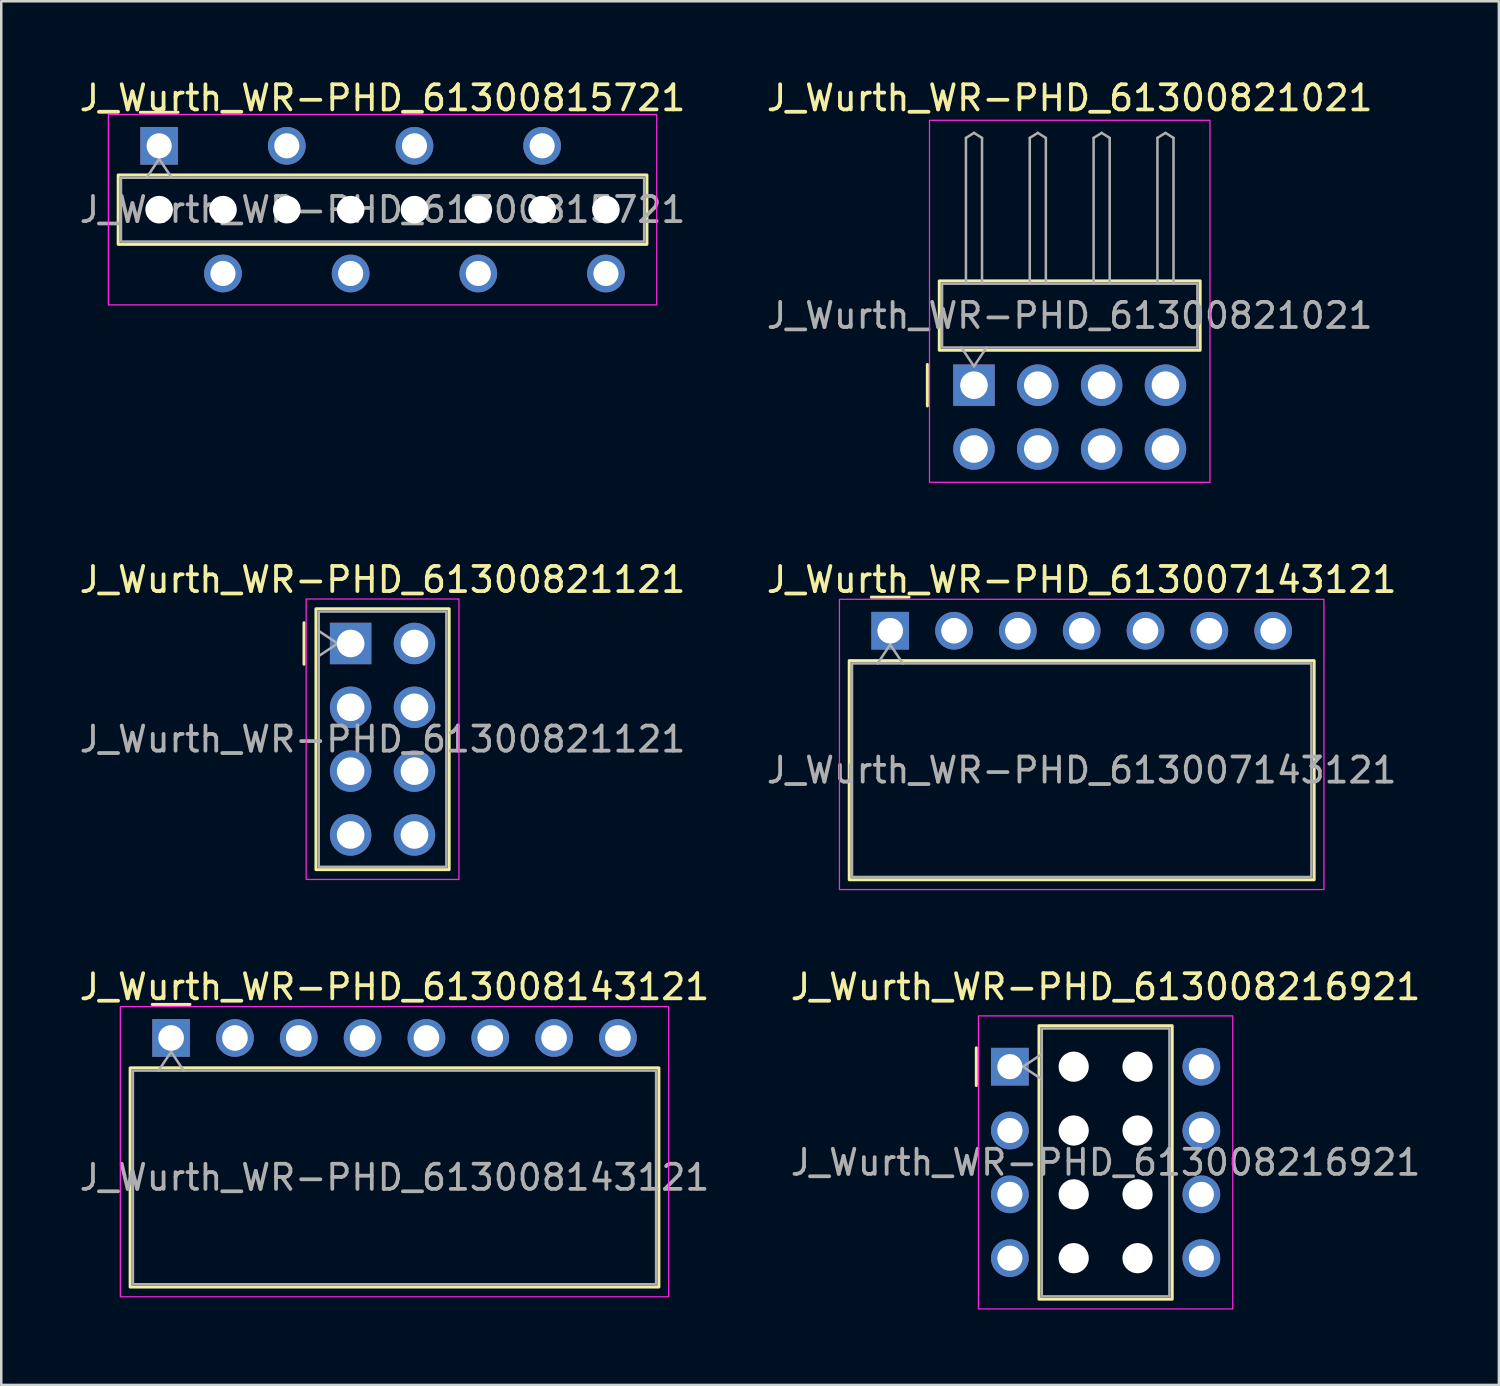
<source format=kicad_pcb>
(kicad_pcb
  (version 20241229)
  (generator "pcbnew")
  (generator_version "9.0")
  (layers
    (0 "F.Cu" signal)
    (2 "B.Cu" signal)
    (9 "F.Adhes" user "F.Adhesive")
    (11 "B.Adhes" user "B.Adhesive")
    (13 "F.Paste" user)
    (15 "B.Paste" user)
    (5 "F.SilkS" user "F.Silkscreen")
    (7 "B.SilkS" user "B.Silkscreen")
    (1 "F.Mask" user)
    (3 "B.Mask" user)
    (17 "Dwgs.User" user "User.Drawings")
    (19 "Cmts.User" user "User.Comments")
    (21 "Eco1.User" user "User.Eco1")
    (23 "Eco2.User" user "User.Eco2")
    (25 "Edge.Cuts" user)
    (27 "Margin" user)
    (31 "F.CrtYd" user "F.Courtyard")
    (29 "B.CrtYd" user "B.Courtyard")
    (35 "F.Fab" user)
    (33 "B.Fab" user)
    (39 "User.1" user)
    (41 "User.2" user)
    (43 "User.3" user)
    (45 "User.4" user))
  (footprint "J_Wurth_WR-PHD_61300815721"
    (layer "F.Cu")
    (at 3.283 2.753)
    (property "Reference" "J_Wurth_WR-PHD_61300815721" (at 8.89 -1.905 0) (unlocked yes) (layer "F.SilkS") (effects (font (size 1 1) (thickness 0.15))))
    (attr through_hole)
    (fp_line (start -0.75 -1.335) (end 0.75 -1.335) (stroke (width 0.12) (type solid)) (layer "F.SilkS"))
    (fp_rect (start -1.63 1.16) (end 19.41 3.92) (stroke (width 0.12) (type solid)) (fill no) (layer "F.SilkS"))
    (fp_rect (start -2.02 -1.25) (end 19.8 6.33) (stroke (width 0.05) (type solid)) (fill no) (layer "F.CrtYd"))
    (fp_line (start -0.5 1.27) (end 0 0.52) (stroke (width 0.1) (type solid)) (layer "F.Fab"))
    (fp_line (start 0 0.52) (end 0.5 1.27) (stroke (width 0.1) (type solid)) (layer "F.Fab"))
    (fp_rect (start -1.52 1.27) (end 19.3 3.81) (stroke (width 0.1) (type solid)) (fill no) (layer "F.Fab"))
    (fp_text user "${REFERENCE}" (at 8.89 2.54 0) (unlocked yes) (layer "F.Fab") (effects (font (size 1 1) (thickness 0.15))))
    (pad "" np_thru_hole circle (at 0 2.54) (size 1.1 1.1) (drill 1.1) (layers "*.Cu" "*.Mask"))
    (pad "" np_thru_hole circle (at 2.54 2.54) (size 1.1 1.1) (drill 1.1) (layers "*.Cu" "*.Mask"))
    (pad "" np_thru_hole circle (at 5.08 2.54) (size 1.1 1.1) (drill 1.1) (layers "*.Cu" "*.Mask"))
    (pad "" np_thru_hole circle (at 7.62 2.54) (size 1.1 1.1) (drill 1.1) (layers "*.Cu" "*.Mask"))
    (pad "" np_thru_hole circle (at 10.16 2.54) (size 1.1 1.1) (drill 1.1) (layers "*.Cu" "*.Mask"))
    (pad "" np_thru_hole circle (at 12.7 2.54) (size 1.1 1.1) (drill 1.1) (layers "*.Cu" "*.Mask"))
    (pad "" np_thru_hole circle (at 15.24 2.54) (size 1.1 1.1) (drill 1.1) (layers "*.Cu" "*.Mask"))
    (pad "" np_thru_hole circle (at 17.78 2.54) (size 1.1 1.1) (drill 1.1) (layers "*.Cu" "*.Mask"))
    (pad "1" thru_hole rect (at 0 0) (size 1.5 1.5) (drill 1) (layers "*.Cu" "*.Mask"))
    (pad "2" thru_hole circle (at 2.54 5.08) (size 1.5 1.5) (drill 1) (layers "*.Cu" "*.Mask"))
    (pad "3" thru_hole circle (at 5.08 0) (size 1.5 1.5) (drill 1) (layers "*.Cu" "*.Mask"))
    (pad "4" thru_hole circle (at 7.62 5.08) (size 1.5 1.5) (drill 1) (layers "*.Cu" "*.Mask"))
    (pad "5" thru_hole circle (at 10.16 0) (size 1.5 1.5) (drill 1) (layers "*.Cu" "*.Mask"))
    (pad "6" thru_hole circle (at 12.7 5.08) (size 1.5 1.5) (drill 1) (layers "*.Cu" "*.Mask"))
    (pad "7" thru_hole circle (at 15.24 0) (size 1.5 1.5) (drill 1) (layers "*.Cu" "*.Mask"))
    (pad "8" thru_hole circle (at 17.78 5.08) (size 1.5 1.5) (drill 1) (layers "*.Cu" "*.Mask")))
  (footprint "J_Wurth_WR-PHD_613007143121"
    (layer "F.Cu")
    (at 32.374 22.049)
    (property "Reference" "J_Wurth_WR-PHD_613007143121" (at 7.62 -2.032 0) (unlocked yes) (layer "F.SilkS") (effects (font (size 1 1) (thickness 0.15))))
    (attr through_hole)
    (fp_line (start -0.75 -1.335) (end 0.75 -1.335) (stroke (width 0.12) (type solid)) (layer "F.SilkS"))
    (fp_rect (start -1.63 1.19) (end 16.87 9.91) (stroke (width 0.12) (type solid)) (fill no) (layer "F.SilkS"))
    (fp_rect (start -2.02 -1.25) (end 17.26 10.3) (stroke (width 0.05) (type solid)) (fill no) (layer "F.CrtYd"))
    (fp_line (start 0 0.55) (end -0.5 1.3) (stroke (width 0.1) (type solid)) (layer "F.Fab"))
    (fp_line (start 0 0.55) (end 0.5 1.3) (stroke (width 0.1) (type solid)) (layer "F.Fab"))
    (fp_rect (start -1.52 1.3) (end 16.76 9.8) (stroke (width 0.1) (type solid)) (fill no) (layer "F.Fab"))
    (fp_text user "${REFERENCE}" (at 7.62 5.55 0) (unlocked yes) (layer "F.Fab") (effects (font (size 1 1) (thickness 0.15))))
    (pad "1" thru_hole rect (at 0 0) (size 1.5 1.5) (drill 1.02) (layers "*.Cu" "*.Mask"))
    (pad "2" thru_hole circle (at 2.54 0) (size 1.5 1.5) (drill 1.02) (layers "*.Cu" "*.Mask"))
    (pad "3" thru_hole circle (at 5.08 0) (size 1.5 1.5) (drill 1.02) (layers "*.Cu" "*.Mask"))
    (pad "4" thru_hole circle (at 7.62 0) (size 1.5 1.5) (drill 1.02) (layers "*.Cu" "*.Mask"))
    (pad "5" thru_hole circle (at 10.16 0) (size 1.5 1.5) (drill 1.02) (layers "*.Cu" "*.Mask"))
    (pad "6" thru_hole circle (at 12.7 0) (size 1.5 1.5) (drill 1.02) (layers "*.Cu" "*.Mask"))
    (pad "7" thru_hole circle (at 15.24 0) (size 1.5 1.5) (drill 1.02) (layers "*.Cu" "*.Mask")))
  (footprint "J_Wurth_WR-PHD_61300821021"
    (layer "F.Cu")
    (at 35.708 12.278)
    (property "Reference" "J_Wurth_WR-PHD_61300821021" (at 3.81 -11.43 0) (unlocked yes) (layer "F.SilkS") (effects (font (size 1 1) (thickness 0.15))))
    (attr through_hole)
    (fp_line (start -1.855 -0.825) (end -1.855 0.825) (stroke (width 0.12) (type solid)) (layer "F.SilkS"))
    (fp_rect (start -1.38 -4.15) (end 9 -1.39) (stroke (width 0.12) (type solid)) (fill no) (layer "F.SilkS"))
    (fp_rect (start -1.77 -10.54) (end 9.39 3.865) (stroke (width 0.05) (type solid)) (fill no) (layer "F.CrtYd"))
    (fp_line (start -0.32 -9.84) (end -0.32 -4.04) (stroke (width 0.1) (type solid)) (layer "F.Fab"))
    (fp_line (start 0 -10.04) (end -0.32 -9.84) (stroke (width 0.1) (type solid)) (layer "F.Fab"))
    (fp_line (start 0 -0.75) (end -0.5 -1.5) (stroke (width 0.1) (type solid)) (layer "F.Fab"))
    (fp_line (start 0 -0.75) (end 0.5 -1.5) (stroke (width 0.1) (type solid)) (layer "F.Fab"))
    (fp_line (start 0.32 -9.84) (end 0 -10.04) (stroke (width 0.1) (type default)) (layer "F.Fab"))
    (fp_line (start 0.32 -4.04) (end 0.32 -9.84) (stroke (width 0.1) (type solid)) (layer "F.Fab"))
    (fp_line (start 2.22 -9.84) (end 2.22 -4.04) (stroke (width 0.1) (type solid)) (layer "F.Fab"))
    (fp_line (start 2.54 -10.04) (end 2.22 -9.84) (stroke (width 0.1) (type solid)) (layer "F.Fab"))
    (fp_line (start 2.86 -9.84) (end 2.54 -10.04) (stroke (width 0.1) (type default)) (layer "F.Fab"))
    (fp_line (start 2.86 -4.04) (end 2.86 -9.84) (stroke (width 0.1) (type solid)) (layer "F.Fab"))
    (fp_line (start 4.76 -9.84) (end 4.76 -4.04) (stroke (width 0.1) (type solid)) (layer "F.Fab"))
    (fp_line (start 5.08 -10.04) (end 4.76 -9.84) (stroke (width 0.1) (type solid)) (layer "F.Fab"))
    (fp_line (start 5.4 -9.84) (end 5.08 -10.04) (stroke (width 0.1) (type default)) (layer "F.Fab"))
    (fp_line (start 5.4 -4.04) (end 5.4 -9.84) (stroke (width 0.1) (type solid)) (layer "F.Fab"))
    (fp_line (start 7.3 -9.84) (end 7.3 -4.04) (stroke (width 0.1) (type solid)) (layer "F.Fab"))
    (fp_line (start 7.62 -10.04) (end 7.3 -9.84) (stroke (width 0.1) (type solid)) (layer "F.Fab"))
    (fp_line (start 7.94 -9.84) (end 7.62 -10.04) (stroke (width 0.1) (type default)) (layer "F.Fab"))
    (fp_line (start 7.94 -4.04) (end 7.94 -9.84) (stroke (width 0.1) (type solid)) (layer "F.Fab"))
    (fp_rect (start -1.27 -4.04) (end 8.89 -1.5) (stroke (width 0.1) (type solid)) (fill no) (layer "F.Fab"))
    (fp_text user "${REFERENCE}" (at 3.81 -2.77 0) (unlocked yes) (layer "F.Fab") (effects (font (size 1 1) (thickness 0.15))))
    (pad "1" thru_hole rect (at 0 0 180) (size 1.65 1.65) (drill 1.1) (layers "*.Cu" "*.Mask"))
    (pad "2" thru_hole circle (at 0 2.54 180) (size 1.65 1.65) (drill 1.1) (layers "*.Cu" "*.Mask"))
    (pad "3" thru_hole circle (at 2.54 0 180) (size 1.65 1.65) (drill 1.1) (layers "*.Cu" "*.Mask"))
    (pad "4" thru_hole circle (at 2.54 2.54 180) (size 1.65 1.65) (drill 1.1) (layers "*.Cu" "*.Mask"))
    (pad "5" thru_hole circle (at 5.08 0 180) (size 1.65 1.65) (drill 1.1) (layers "*.Cu" "*.Mask"))
    (pad "6" thru_hole circle (at 5.08 2.54 180) (size 1.65 1.65) (drill 1.1) (layers "*.Cu" "*.Mask"))
    (pad "7" thru_hole circle (at 7.62 0 180) (size 1.65 1.65) (drill 1.1) (layers "*.Cu" "*.Mask"))
    (pad "8" thru_hole circle (at 7.62 2.54 180) (size 1.65 1.65) (drill 1.1) (layers "*.Cu" "*.Mask")))
  (footprint "J_Wurth_WR-PHD_613008143121"
    (layer "F.Cu")
    (at 3.759 38.254)
    (property "Reference" "J_Wurth_WR-PHD_613008143121" (at 8.89 -2.032 0) (unlocked yes) (layer "F.SilkS") (effects (font (size 1 1) (thickness 0.15))))
    (attr through_hole)
    (fp_line (start -0.75 -1.335) (end 0.75 -1.335) (stroke (width 0.12) (type solid)) (layer "F.SilkS"))
    (fp_rect (start -1.63 1.19) (end 19.41 9.91) (stroke (width 0.12) (type solid)) (fill no) (layer "F.SilkS"))
    (fp_rect (start -2.02 -1.25) (end 19.8 10.3) (stroke (width 0.05) (type solid)) (fill no) (layer "F.CrtYd"))
    (fp_line (start 0 0.55) (end -0.5 1.3) (stroke (width 0.1) (type solid)) (layer "F.Fab"))
    (fp_line (start 0 0.55) (end 0.5 1.3) (stroke (width 0.1) (type solid)) (layer "F.Fab"))
    (fp_rect (start -1.52 1.3) (end 19.3 9.8) (stroke (width 0.1) (type solid)) (fill no) (layer "F.Fab"))
    (fp_text user "${REFERENCE}" (at 8.89 5.55 0) (unlocked yes) (layer "F.Fab") (effects (font (size 1 1) (thickness 0.15))))
    (pad "1" thru_hole rect (at 0 0) (size 1.5 1.5) (drill 1.02) (layers "*.Cu" "*.Mask"))
    (pad "2" thru_hole circle (at 2.54 0) (size 1.5 1.5) (drill 1.02) (layers "*.Cu" "*.Mask"))
    (pad "3" thru_hole circle (at 5.08 0) (size 1.5 1.5) (drill 1.02) (layers "*.Cu" "*.Mask"))
    (pad "4" thru_hole circle (at 7.62 0) (size 1.5 1.5) (drill 1.02) (layers "*.Cu" "*.Mask"))
    (pad "5" thru_hole circle (at 10.16 0) (size 1.5 1.5) (drill 1.02) (layers "*.Cu" "*.Mask"))
    (pad "6" thru_hole circle (at 12.7 0) (size 1.5 1.5) (drill 1.02) (layers "*.Cu" "*.Mask"))
    (pad "7" thru_hole circle (at 15.24 0) (size 1.5 1.5) (drill 1.02) (layers "*.Cu" "*.Mask"))
    (pad "8" thru_hole circle (at 17.78 0) (size 1.5 1.5) (drill 1.02) (layers "*.Cu" "*.Mask")))
  (footprint "J_Wurth_WR-PHD_61300821121"
    (layer "F.Cu")
    (at 10.903 22.556)
    (property "Reference" "J_Wurth_WR-PHD_61300821121" (at 1.27 -2.54 0) (unlocked yes) (layer "F.SilkS") (effects (font (size 1 1) (thickness 0.15))))
    (attr through_hole)
    (fp_line (start -1.855 -0.825) (end -1.855 0.825) (stroke (width 0.12) (type solid)) (layer "F.SilkS"))
    (fp_rect (start -1.38 -1.38) (end 3.92 9) (stroke (width 0.12) (type solid)) (fill no) (layer "F.SilkS"))
    (fp_rect (start -1.77 -1.77) (end 4.31 9.39) (stroke (width 0.05) (type solid)) (fill no) (layer "F.CrtYd"))
    (fp_line (start -1.27 -0.5) (end -0.52 0) (stroke (width 0.1) (type solid)) (layer "F.Fab"))
    (fp_line (start -1.27 0.5) (end -0.52 0) (stroke (width 0.1) (type solid)) (layer "F.Fab"))
    (fp_rect (start -1.27 -1.27) (end 3.81 8.89) (stroke (width 0.1) (type solid)) (fill no) (layer "F.Fab"))
    (fp_text user "${REFERENCE}" (at 1.27 3.81 0) (unlocked yes) (layer "F.Fab") (effects (font (size 1 1) (thickness 0.15))))
    (pad "1" thru_hole rect (at 0 0 270) (size 1.65 1.65) (drill 1.1) (layers "*.Cu" "*.Mask"))
    (pad "2" thru_hole circle (at 2.54 0 270) (size 1.65 1.65) (drill 1.1) (layers "*.Cu" "*.Mask"))
    (pad "3" thru_hole circle (at 0 2.54 270) (size 1.65 1.65) (drill 1.1) (layers "*.Cu" "*.Mask"))
    (pad "4" thru_hole circle (at 2.54 2.54 270) (size 1.65 1.65) (drill 1.1) (layers "*.Cu" "*.Mask"))
    (pad "5" thru_hole circle (at 0 5.08 270) (size 1.65 1.65) (drill 1.1) (layers "*.Cu" "*.Mask"))
    (pad "6" thru_hole circle (at 2.54 5.08 270) (size 1.65 1.65) (drill 1.1) (layers "*.Cu" "*.Mask"))
    (pad "7" thru_hole circle (at 0 7.62 270) (size 1.65 1.65) (drill 1.1) (layers "*.Cu" "*.Mask"))
    (pad "8" thru_hole circle (at 2.54 7.62 270) (size 1.65 1.65) (drill 1.1) (layers "*.Cu" "*.Mask")))
  (footprint "J_Wurth_WR-PHD_613008216921"
    (layer "F.Cu")
    (at 37.136 39.397)
    (property "Reference" "J_Wurth_WR-PHD_613008216921" (at 3.81 -3.175 0) (unlocked yes) (layer "F.SilkS") (effects (font (size 1 1) (thickness 0.15))))
    (attr through_hole)
    (fp_line (start -1.335 -0.75) (end -1.335 0.75) (stroke (width 0.12) (type solid)) (layer "F.SilkS"))
    (fp_rect (start 1.16 -1.63) (end 6.46 9.25) (stroke (width 0.12) (type solid)) (fill no) (layer "F.SilkS"))
    (fp_rect (start -1.25 -2.02) (end 8.87 9.64) (stroke (width 0.05) (type solid)) (fill no) (layer "F.CrtYd"))
    (fp_line (start 0.52 0) (end 1.27 -0.5) (stroke (width 0.1) (type solid)) (layer "F.Fab"))
    (fp_line (start 0.52 0) (end 1.27 0.5) (stroke (width 0.1) (type solid)) (layer "F.Fab"))
    (fp_rect (start 1.27 -1.52) (end 6.35 9.14) (stroke (width 0.1) (type solid)) (fill no) (layer "F.Fab"))
    (fp_text user "${REFERENCE}" (at 3.81 3.81 0) (unlocked yes) (layer "F.Fab") (effects (font (size 1 1) (thickness 0.15))))
    (pad "" np_thru_hole circle (at 2.54 0 270) (size 1.2 1.2) (drill 1.2) (layers "*.Cu" "*.Mask"))
    (pad "" np_thru_hole circle (at 2.54 2.54 270) (size 1.2 1.2) (drill 1.2) (layers "*.Cu" "*.Mask"))
    (pad "" np_thru_hole circle (at 2.54 5.08 270) (size 1.2 1.2) (drill 1.2) (layers "*.Cu" "*.Mask"))
    (pad "" np_thru_hole circle (at 2.54 7.62 270) (size 1.2 1.2) (drill 1.2) (layers "*.Cu" "*.Mask"))
    (pad "" np_thru_hole circle (at 5.08 0 270) (size 1.2 1.2) (drill 1.2) (layers "*.Cu" "*.Mask"))
    (pad "" np_thru_hole circle (at 5.08 2.54 270) (size 1.2 1.2) (drill 1.2) (layers "*.Cu" "*.Mask"))
    (pad "" np_thru_hole circle (at 5.08 5.08 270) (size 1.2 1.2) (drill 1.2) (layers "*.Cu" "*.Mask"))
    (pad "" np_thru_hole circle (at 5.08 7.62 270) (size 1.2 1.2) (drill 1.2) (layers "*.Cu" "*.Mask"))
    (pad "1" thru_hole rect (at 0 0 270) (size 1.5 1.5) (drill 1) (layers "*.Cu" "*.Mask"))
    (pad "2" thru_hole circle (at 7.62 0 270) (size 1.5 1.5) (drill 1) (layers "*.Cu" "*.Mask"))
    (pad "3" thru_hole circle (at 0 2.54 270) (size 1.5 1.5) (drill 1) (layers "*.Cu" "*.Mask"))
    (pad "4" thru_hole circle (at 7.62 2.54 270) (size 1.5 1.5) (drill 1) (layers "*.Cu" "*.Mask"))
    (pad "5" thru_hole circle (at 0 5.08 270) (size 1.5 1.5) (drill 1) (layers "*.Cu" "*.Mask"))
    (pad "6" thru_hole circle (at 7.62 5.08 270) (size 1.5 1.5) (drill 1) (layers "*.Cu" "*.Mask"))
    (pad "7" thru_hole circle (at 0 7.62 270) (size 1.5 1.5) (drill 1) (layers "*.Cu" "*.Mask"))
    (pad "8" thru_hole circle (at 7.62 7.62 270) (size 1.5 1.5) (drill 1) (layers "*.Cu" "*.Mask")))
  (gr_rect
    (start -3 -3)
    (end 56.595 52.062)
    (stroke (width 0.1) (type default))
    (fill no)
    (layer "Edge.Cuts")))
</source>
